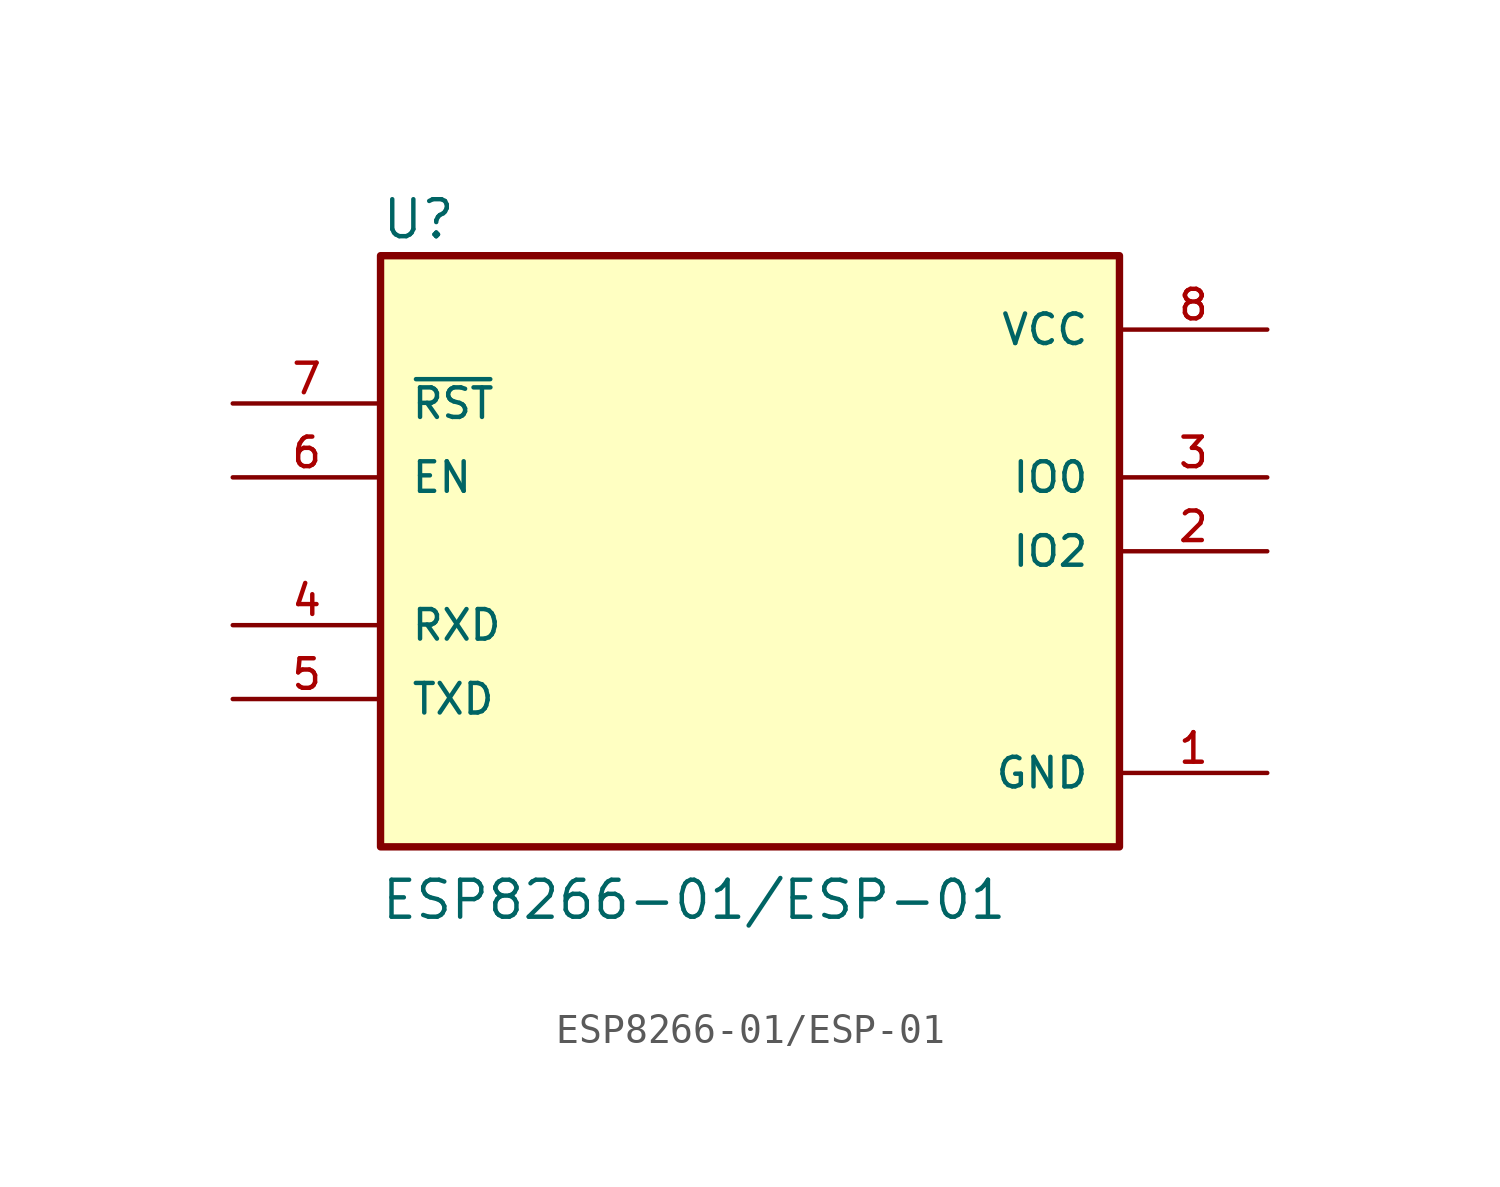
<source format=kicad_sym>
(kicad_symbol_lib
  (version 20241209)
  (generator "kicad_symbol_editor")
  (generator_version "9.0")
  (symbol "ESP8266-01/ESP-01"
    (pin_names
      (offset 1.016))
    (property "Reference" "U"
      (at -12.7 10.668 0)
      (effects (font (size 1.27 1.27)) (justify left bottom)))
    (property "Value" "ESP8266-01/ESP-01"
      (at -12.725 -12.725 0)
      (effects (font (size 1.27 1.27)) (justify left bottom)))
    (property "ki_locked" ""
      (at 0 0 0)
      (effects (font (size 1.27 1.27))))
    (symbol "ESP8266-01/ESP-01_0_0"
      (rectangle (start -12.7 -10.16) (end 12.7 10.16) (stroke (width 0.254) (type solid)) (fill (type background)))
      (pin input line (at -17.78 5.08 0) (length 5.08) (name "~{RST}" (effects (font (size 1.016 1.016)))) (number "7" (effects (font (size 1.016 1.016)))))
      (pin input line (at -17.78 2.54 0) (length 5.08) (name "EN" (effects (font (size 1.016 1.016)))) (number "6" (effects (font (size 1.016 1.016)))))
      (pin input line (at -17.78 -2.54 0) (length 5.08) (name "RXD" (effects (font (size 1.016 1.016)))) (number "4" (effects (font (size 1.016 1.016)))))
      (pin output line (at -17.78 -5.08 0) (length 5.08) (name "TXD" (effects (font (size 1.016 1.016)))) (number "5" (effects (font (size 1.016 1.016)))))
      (pin power_in line (at 17.78 7.62 180) (length 5.08) (name "VCC" (effects (font (size 1.016 1.016)))) (number "8" (effects (font (size 1.016 1.016)))))
      (pin bidirectional line (at 17.78 2.54 180) (length 5.08) (name "IO0" (effects (font (size 1.016 1.016)))) (number "3" (effects (font (size 1.016 1.016)))))
      (pin bidirectional line (at 17.78 0 180) (length 5.08) (name "IO2" (effects (font (size 1.016 1.016)))) (number "2" (effects (font (size 1.016 1.016)))))
      (pin power_in line (at 17.78 -7.62 180) (length 5.08) (name "GND" (effects (font (size 1.016 1.016)))) (number "1" (effects (font (size 1.016 1.016))))))))
</source>
